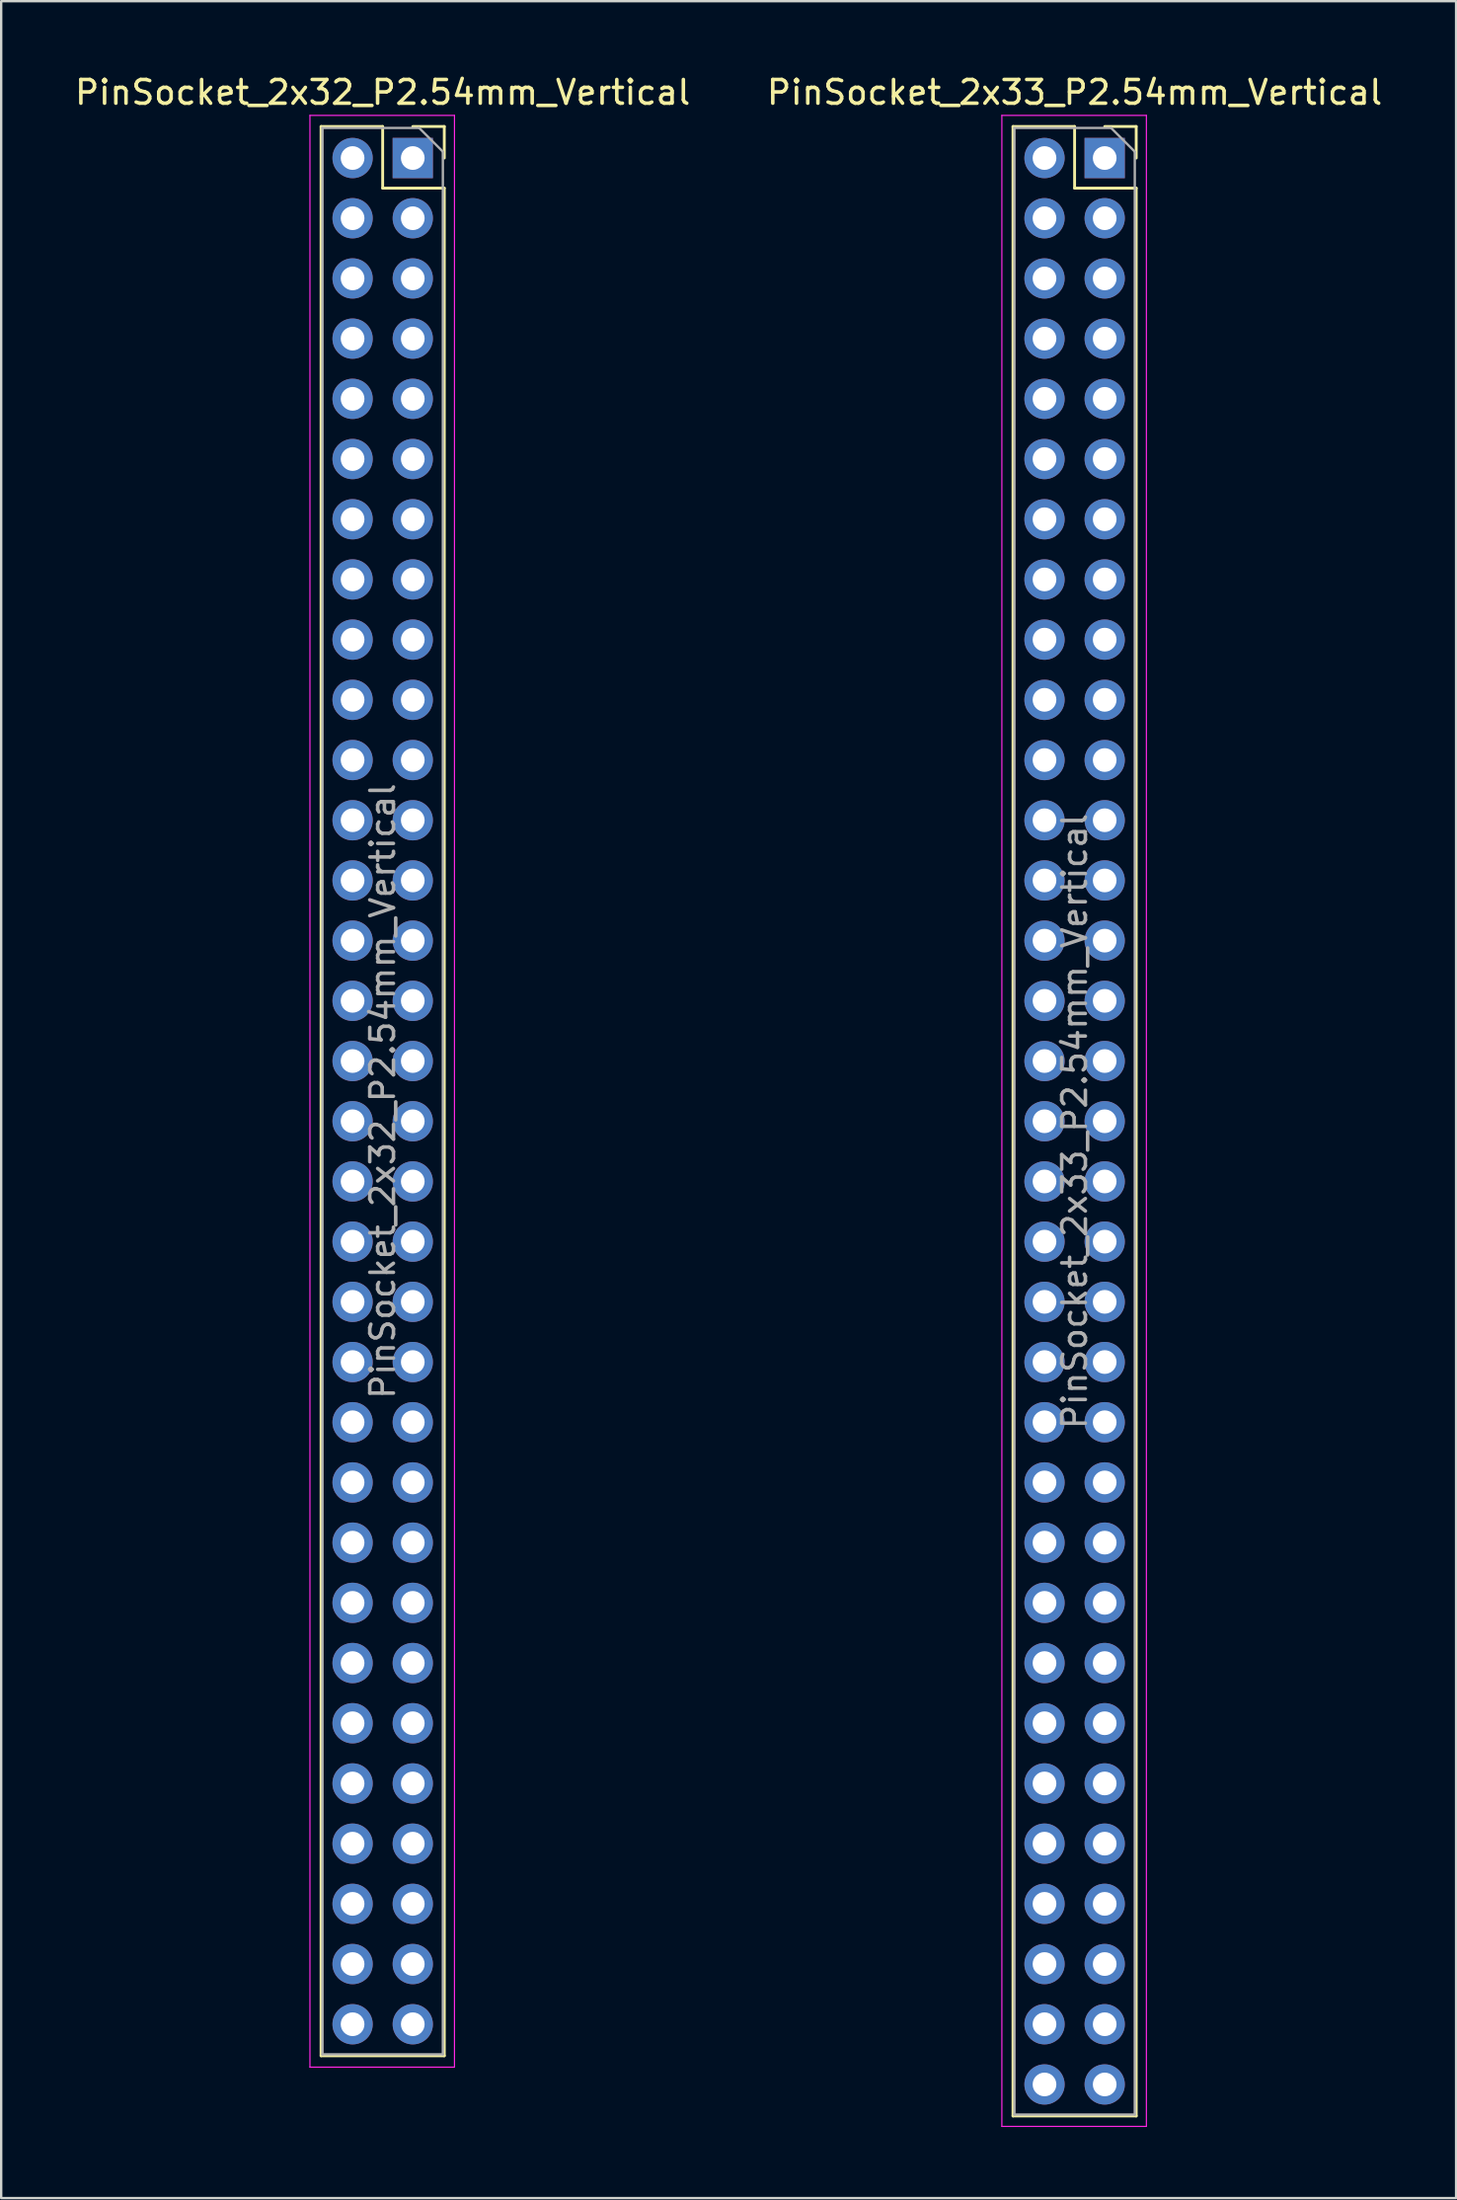
<source format=kicad_pcb>
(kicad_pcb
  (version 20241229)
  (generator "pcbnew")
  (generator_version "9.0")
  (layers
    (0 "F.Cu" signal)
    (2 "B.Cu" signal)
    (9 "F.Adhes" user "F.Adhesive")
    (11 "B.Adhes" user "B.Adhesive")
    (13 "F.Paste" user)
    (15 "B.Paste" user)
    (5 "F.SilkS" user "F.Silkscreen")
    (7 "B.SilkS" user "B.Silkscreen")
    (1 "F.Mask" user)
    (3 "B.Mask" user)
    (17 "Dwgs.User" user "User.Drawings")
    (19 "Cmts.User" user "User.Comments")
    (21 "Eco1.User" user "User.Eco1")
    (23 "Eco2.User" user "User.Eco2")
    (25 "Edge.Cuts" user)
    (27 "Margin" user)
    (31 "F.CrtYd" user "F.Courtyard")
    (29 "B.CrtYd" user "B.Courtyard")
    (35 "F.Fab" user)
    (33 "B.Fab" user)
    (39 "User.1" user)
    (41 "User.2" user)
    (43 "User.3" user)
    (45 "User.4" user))
  (footprint "PinSocket_2x32_P2.54mm_Vertical"
    (layer "F.Cu")
    (at 14.371 3.618)
    (property "Reference" "PinSocket_2x32_P2.54mm_Vertical" (at -1.27 -2.77 0) (layer "F.SilkS") (effects (font (size 1 1) (thickness 0.15))))
    (attr through_hole)
    (fp_line (start -3.87 -1.33) (end -3.87 80.07) (stroke (width 0.12) (type solid)) (layer "F.SilkS"))
    (fp_line (start -3.87 -1.33) (end -1.27 -1.33) (stroke (width 0.12) (type solid)) (layer "F.SilkS"))
    (fp_line (start -3.87 80.07) (end 1.33 80.07) (stroke (width 0.12) (type solid)) (layer "F.SilkS"))
    (fp_line (start -1.27 -1.33) (end -1.27 1.27) (stroke (width 0.12) (type solid)) (layer "F.SilkS"))
    (fp_line (start -1.27 1.27) (end 1.33 1.27) (stroke (width 0.12) (type solid)) (layer "F.SilkS"))
    (fp_line (start 0 -1.33) (end 1.33 -1.33) (stroke (width 0.12) (type solid)) (layer "F.SilkS"))
    (fp_line (start 1.33 -1.33) (end 1.33 0) (stroke (width 0.12) (type solid)) (layer "F.SilkS"))
    (fp_line (start 1.33 1.27) (end 1.33 80.07) (stroke (width 0.12) (type solid)) (layer "F.SilkS"))
    (fp_line (start -4.34 -1.8) (end 1.76 -1.8) (stroke (width 0.05) (type solid)) (layer "F.CrtYd"))
    (fp_line (start -4.34 80.55) (end -4.34 -1.8) (stroke (width 0.05) (type solid)) (layer "F.CrtYd"))
    (fp_line (start 1.76 -1.8) (end 1.76 80.55) (stroke (width 0.05) (type solid)) (layer "F.CrtYd"))
    (fp_line (start 1.76 80.55) (end -4.34 80.55) (stroke (width 0.05) (type solid)) (layer "F.CrtYd"))
    (fp_line (start -3.81 -1.27) (end 0.27 -1.27) (stroke (width 0.1) (type solid)) (layer "F.Fab"))
    (fp_line (start -3.81 80.01) (end -3.81 -1.27) (stroke (width 0.1) (type solid)) (layer "F.Fab"))
    (fp_line (start 0.27 -1.27) (end 1.27 -0.27) (stroke (width 0.1) (type solid)) (layer "F.Fab"))
    (fp_line (start 1.27 -0.27) (end 1.27 80.01) (stroke (width 0.1) (type solid)) (layer "F.Fab"))
    (fp_line (start 1.27 80.01) (end -3.81 80.01) (stroke (width 0.1) (type solid)) (layer "F.Fab"))
    (fp_text user "${REFERENCE}" (at -1.27 39.37 90) (layer "F.Fab") (effects (font (size 1 1) (thickness 0.15))))
    (pad "1" thru_hole rect (at 0 0) (size 1.7 1.7) (drill 1) (layers "*.Cu" "*.Mask"))
    (pad "2" thru_hole oval (at -2.54 0) (size 1.7 1.7) (drill 1) (layers "*.Cu" "*.Mask"))
    (pad "3" thru_hole oval (at 0 2.54) (size 1.7 1.7) (drill 1) (layers "*.Cu" "*.Mask"))
    (pad "4" thru_hole oval (at -2.54 2.54) (size 1.7 1.7) (drill 1) (layers "*.Cu" "*.Mask"))
    (pad "5" thru_hole oval (at 0 5.08) (size 1.7 1.7) (drill 1) (layers "*.Cu" "*.Mask"))
    (pad "6" thru_hole oval (at -2.54 5.08) (size 1.7 1.7) (drill 1) (layers "*.Cu" "*.Mask"))
    (pad "7" thru_hole oval (at 0 7.62) (size 1.7 1.7) (drill 1) (layers "*.Cu" "*.Mask"))
    (pad "8" thru_hole oval (at -2.54 7.62) (size 1.7 1.7) (drill 1) (layers "*.Cu" "*.Mask"))
    (pad "9" thru_hole oval (at 0 10.16) (size 1.7 1.7) (drill 1) (layers "*.Cu" "*.Mask"))
    (pad "10" thru_hole oval (at -2.54 10.16) (size 1.7 1.7) (drill 1) (layers "*.Cu" "*.Mask"))
    (pad "11" thru_hole oval (at 0 12.7) (size 1.7 1.7) (drill 1) (layers "*.Cu" "*.Mask"))
    (pad "12" thru_hole oval (at -2.54 12.7) (size 1.7 1.7) (drill 1) (layers "*.Cu" "*.Mask"))
    (pad "13" thru_hole oval (at 0 15.24) (size 1.7 1.7) (drill 1) (layers "*.Cu" "*.Mask"))
    (pad "14" thru_hole oval (at -2.54 15.24) (size 1.7 1.7) (drill 1) (layers "*.Cu" "*.Mask"))
    (pad "15" thru_hole oval (at 0 17.78) (size 1.7 1.7) (drill 1) (layers "*.Cu" "*.Mask"))
    (pad "16" thru_hole oval (at -2.54 17.78) (size 1.7 1.7) (drill 1) (layers "*.Cu" "*.Mask"))
    (pad "17" thru_hole oval (at 0 20.32) (size 1.7 1.7) (drill 1) (layers "*.Cu" "*.Mask"))
    (pad "18" thru_hole oval (at -2.54 20.32) (size 1.7 1.7) (drill 1) (layers "*.Cu" "*.Mask"))
    (pad "19" thru_hole oval (at 0 22.86) (size 1.7 1.7) (drill 1) (layers "*.Cu" "*.Mask"))
    (pad "20" thru_hole oval (at -2.54 22.86) (size 1.7 1.7) (drill 1) (layers "*.Cu" "*.Mask"))
    (pad "21" thru_hole oval (at 0 25.4) (size 1.7 1.7) (drill 1) (layers "*.Cu" "*.Mask"))
    (pad "22" thru_hole oval (at -2.54 25.4) (size 1.7 1.7) (drill 1) (layers "*.Cu" "*.Mask"))
    (pad "23" thru_hole oval (at 0 27.94) (size 1.7 1.7) (drill 1) (layers "*.Cu" "*.Mask"))
    (pad "24" thru_hole oval (at -2.54 27.94) (size 1.7 1.7) (drill 1) (layers "*.Cu" "*.Mask"))
    (pad "25" thru_hole oval (at 0 30.48) (size 1.7 1.7) (drill 1) (layers "*.Cu" "*.Mask"))
    (pad "26" thru_hole oval (at -2.54 30.48) (size 1.7 1.7) (drill 1) (layers "*.Cu" "*.Mask"))
    (pad "27" thru_hole oval (at 0 33.02) (size 1.7 1.7) (drill 1) (layers "*.Cu" "*.Mask"))
    (pad "28" thru_hole oval (at -2.54 33.02) (size 1.7 1.7) (drill 1) (layers "*.Cu" "*.Mask"))
    (pad "29" thru_hole oval (at 0 35.56) (size 1.7 1.7) (drill 1) (layers "*.Cu" "*.Mask"))
    (pad "30" thru_hole oval (at -2.54 35.56) (size 1.7 1.7) (drill 1) (layers "*.Cu" "*.Mask"))
    (pad "31" thru_hole oval (at 0 38.1) (size 1.7 1.7) (drill 1) (layers "*.Cu" "*.Mask"))
    (pad "32" thru_hole oval (at -2.54 38.1) (size 1.7 1.7) (drill 1) (layers "*.Cu" "*.Mask"))
    (pad "33" thru_hole oval (at 0 40.64) (size 1.7 1.7) (drill 1) (layers "*.Cu" "*.Mask"))
    (pad "34" thru_hole oval (at -2.54 40.64) (size 1.7 1.7) (drill 1) (layers "*.Cu" "*.Mask"))
    (pad "35" thru_hole oval (at 0 43.18) (size 1.7 1.7) (drill 1) (layers "*.Cu" "*.Mask"))
    (pad "36" thru_hole oval (at -2.54 43.18) (size 1.7 1.7) (drill 1) (layers "*.Cu" "*.Mask"))
    (pad "37" thru_hole oval (at 0 45.72) (size 1.7 1.7) (drill 1) (layers "*.Cu" "*.Mask"))
    (pad "38" thru_hole oval (at -2.54 45.72) (size 1.7 1.7) (drill 1) (layers "*.Cu" "*.Mask"))
    (pad "39" thru_hole oval (at 0 48.26) (size 1.7 1.7) (drill 1) (layers "*.Cu" "*.Mask"))
    (pad "40" thru_hole oval (at -2.54 48.26) (size 1.7 1.7) (drill 1) (layers "*.Cu" "*.Mask"))
    (pad "41" thru_hole oval (at 0 50.8) (size 1.7 1.7) (drill 1) (layers "*.Cu" "*.Mask"))
    (pad "42" thru_hole oval (at -2.54 50.8) (size 1.7 1.7) (drill 1) (layers "*.Cu" "*.Mask"))
    (pad "43" thru_hole oval (at 0 53.34) (size 1.7 1.7) (drill 1) (layers "*.Cu" "*.Mask"))
    (pad "44" thru_hole oval (at -2.54 53.34) (size 1.7 1.7) (drill 1) (layers "*.Cu" "*.Mask"))
    (pad "45" thru_hole oval (at 0 55.88) (size 1.7 1.7) (drill 1) (layers "*.Cu" "*.Mask"))
    (pad "46" thru_hole oval (at -2.54 55.88) (size 1.7 1.7) (drill 1) (layers "*.Cu" "*.Mask"))
    (pad "47" thru_hole oval (at 0 58.42) (size 1.7 1.7) (drill 1) (layers "*.Cu" "*.Mask"))
    (pad "48" thru_hole oval (at -2.54 58.42) (size 1.7 1.7) (drill 1) (layers "*.Cu" "*.Mask"))
    (pad "49" thru_hole oval (at 0 60.96) (size 1.7 1.7) (drill 1) (layers "*.Cu" "*.Mask"))
    (pad "50" thru_hole oval (at -2.54 60.96) (size 1.7 1.7) (drill 1) (layers "*.Cu" "*.Mask"))
    (pad "51" thru_hole oval (at 0 63.5) (size 1.7 1.7) (drill 1) (layers "*.Cu" "*.Mask"))
    (pad "52" thru_hole oval (at -2.54 63.5) (size 1.7 1.7) (drill 1) (layers "*.Cu" "*.Mask"))
    (pad "53" thru_hole oval (at 0 66.04) (size 1.7 1.7) (drill 1) (layers "*.Cu" "*.Mask"))
    (pad "54" thru_hole oval (at -2.54 66.04) (size 1.7 1.7) (drill 1) (layers "*.Cu" "*.Mask"))
    (pad "55" thru_hole oval (at 0 68.58) (size 1.7 1.7) (drill 1) (layers "*.Cu" "*.Mask"))
    (pad "56" thru_hole oval (at -2.54 68.58) (size 1.7 1.7) (drill 1) (layers "*.Cu" "*.Mask"))
    (pad "57" thru_hole oval (at 0 71.12) (size 1.7 1.7) (drill 1) (layers "*.Cu" "*.Mask"))
    (pad "58" thru_hole oval (at -2.54 71.12) (size 1.7 1.7) (drill 1) (layers "*.Cu" "*.Mask"))
    (pad "59" thru_hole oval (at 0 73.66) (size 1.7 1.7) (drill 1) (layers "*.Cu" "*.Mask"))
    (pad "60" thru_hole oval (at -2.54 73.66) (size 1.7 1.7) (drill 1) (layers "*.Cu" "*.Mask"))
    (pad "61" thru_hole oval (at 0 76.2) (size 1.7 1.7) (drill 1) (layers "*.Cu" "*.Mask"))
    (pad "62" thru_hole oval (at -2.54 76.2) (size 1.7 1.7) (drill 1) (layers "*.Cu" "*.Mask"))
    (pad "63" thru_hole oval (at 0 78.74) (size 1.7 1.7) (drill 1) (layers "*.Cu" "*.Mask"))
    (pad "64" thru_hole oval (at -2.54 78.74) (size 1.7 1.7) (drill 1) (layers "*.Cu" "*.Mask")))
  (footprint "PinSocket_2x33_P2.54mm_Vertical"
    (layer "F.Cu")
    (at 43.574 3.618)
    (property "Reference" "PinSocket_2x33_P2.54mm_Vertical" (at -1.27 -2.77 0) (layer "F.SilkS") (effects (font (size 1 1) (thickness 0.15))))
    (attr through_hole)
    (fp_line (start -3.87 -1.33) (end -3.87 82.61) (stroke (width 0.12) (type solid)) (layer "F.SilkS"))
    (fp_line (start -3.87 -1.33) (end -1.27 -1.33) (stroke (width 0.12) (type solid)) (layer "F.SilkS"))
    (fp_line (start -3.87 82.61) (end 1.33 82.61) (stroke (width 0.12) (type solid)) (layer "F.SilkS"))
    (fp_line (start -1.27 -1.33) (end -1.27 1.27) (stroke (width 0.12) (type solid)) (layer "F.SilkS"))
    (fp_line (start -1.27 1.27) (end 1.33 1.27) (stroke (width 0.12) (type solid)) (layer "F.SilkS"))
    (fp_line (start 0 -1.33) (end 1.33 -1.33) (stroke (width 0.12) (type solid)) (layer "F.SilkS"))
    (fp_line (start 1.33 -1.33) (end 1.33 0) (stroke (width 0.12) (type solid)) (layer "F.SilkS"))
    (fp_line (start 1.33 1.27) (end 1.33 82.61) (stroke (width 0.12) (type solid)) (layer "F.SilkS"))
    (fp_line (start -4.34 -1.8) (end 1.76 -1.8) (stroke (width 0.05) (type solid)) (layer "F.CrtYd"))
    (fp_line (start -4.34 83.05) (end -4.34 -1.8) (stroke (width 0.05) (type solid)) (layer "F.CrtYd"))
    (fp_line (start 1.76 -1.8) (end 1.76 83.05) (stroke (width 0.05) (type solid)) (layer "F.CrtYd"))
    (fp_line (start 1.76 83.05) (end -4.34 83.05) (stroke (width 0.05) (type solid)) (layer "F.CrtYd"))
    (fp_line (start -3.81 -1.27) (end 0.27 -1.27) (stroke (width 0.1) (type solid)) (layer "F.Fab"))
    (fp_line (start -3.81 82.55) (end -3.81 -1.27) (stroke (width 0.1) (type solid)) (layer "F.Fab"))
    (fp_line (start 0.27 -1.27) (end 1.27 -0.27) (stroke (width 0.1) (type solid)) (layer "F.Fab"))
    (fp_line (start 1.27 -0.27) (end 1.27 82.55) (stroke (width 0.1) (type solid)) (layer "F.Fab"))
    (fp_line (start 1.27 82.55) (end -3.81 82.55) (stroke (width 0.1) (type solid)) (layer "F.Fab"))
    (fp_text user "${REFERENCE}" (at -1.27 40.64 90) (layer "F.Fab") (effects (font (size 1 1) (thickness 0.15))))
    (pad "1" thru_hole rect (at 0 0) (size 1.7 1.7) (drill 1) (layers "*.Cu" "*.Mask"))
    (pad "2" thru_hole oval (at -2.54 0) (size 1.7 1.7) (drill 1) (layers "*.Cu" "*.Mask"))
    (pad "3" thru_hole oval (at 0 2.54) (size 1.7 1.7) (drill 1) (layers "*.Cu" "*.Mask"))
    (pad "4" thru_hole oval (at -2.54 2.54) (size 1.7 1.7) (drill 1) (layers "*.Cu" "*.Mask"))
    (pad "5" thru_hole oval (at 0 5.08) (size 1.7 1.7) (drill 1) (layers "*.Cu" "*.Mask"))
    (pad "6" thru_hole oval (at -2.54 5.08) (size 1.7 1.7) (drill 1) (layers "*.Cu" "*.Mask"))
    (pad "7" thru_hole oval (at 0 7.62) (size 1.7 1.7) (drill 1) (layers "*.Cu" "*.Mask"))
    (pad "8" thru_hole oval (at -2.54 7.62) (size 1.7 1.7) (drill 1) (layers "*.Cu" "*.Mask"))
    (pad "9" thru_hole oval (at 0 10.16) (size 1.7 1.7) (drill 1) (layers "*.Cu" "*.Mask"))
    (pad "10" thru_hole oval (at -2.54 10.16) (size 1.7 1.7) (drill 1) (layers "*.Cu" "*.Mask"))
    (pad "11" thru_hole oval (at 0 12.7) (size 1.7 1.7) (drill 1) (layers "*.Cu" "*.Mask"))
    (pad "12" thru_hole oval (at -2.54 12.7) (size 1.7 1.7) (drill 1) (layers "*.Cu" "*.Mask"))
    (pad "13" thru_hole oval (at 0 15.24) (size 1.7 1.7) (drill 1) (layers "*.Cu" "*.Mask"))
    (pad "14" thru_hole oval (at -2.54 15.24) (size 1.7 1.7) (drill 1) (layers "*.Cu" "*.Mask"))
    (pad "15" thru_hole oval (at 0 17.78) (size 1.7 1.7) (drill 1) (layers "*.Cu" "*.Mask"))
    (pad "16" thru_hole oval (at -2.54 17.78) (size 1.7 1.7) (drill 1) (layers "*.Cu" "*.Mask"))
    (pad "17" thru_hole oval (at 0 20.32) (size 1.7 1.7) (drill 1) (layers "*.Cu" "*.Mask"))
    (pad "18" thru_hole oval (at -2.54 20.32) (size 1.7 1.7) (drill 1) (layers "*.Cu" "*.Mask"))
    (pad "19" thru_hole oval (at 0 22.86) (size 1.7 1.7) (drill 1) (layers "*.Cu" "*.Mask"))
    (pad "20" thru_hole oval (at -2.54 22.86) (size 1.7 1.7) (drill 1) (layers "*.Cu" "*.Mask"))
    (pad "21" thru_hole oval (at 0 25.4) (size 1.7 1.7) (drill 1) (layers "*.Cu" "*.Mask"))
    (pad "22" thru_hole oval (at -2.54 25.4) (size 1.7 1.7) (drill 1) (layers "*.Cu" "*.Mask"))
    (pad "23" thru_hole oval (at 0 27.94) (size 1.7 1.7) (drill 1) (layers "*.Cu" "*.Mask"))
    (pad "24" thru_hole oval (at -2.54 27.94) (size 1.7 1.7) (drill 1) (layers "*.Cu" "*.Mask"))
    (pad "25" thru_hole oval (at 0 30.48) (size 1.7 1.7) (drill 1) (layers "*.Cu" "*.Mask"))
    (pad "26" thru_hole oval (at -2.54 30.48) (size 1.7 1.7) (drill 1) (layers "*.Cu" "*.Mask"))
    (pad "27" thru_hole oval (at 0 33.02) (size 1.7 1.7) (drill 1) (layers "*.Cu" "*.Mask"))
    (pad "28" thru_hole oval (at -2.54 33.02) (size 1.7 1.7) (drill 1) (layers "*.Cu" "*.Mask"))
    (pad "29" thru_hole oval (at 0 35.56) (size 1.7 1.7) (drill 1) (layers "*.Cu" "*.Mask"))
    (pad "30" thru_hole oval (at -2.54 35.56) (size 1.7 1.7) (drill 1) (layers "*.Cu" "*.Mask"))
    (pad "31" thru_hole oval (at 0 38.1) (size 1.7 1.7) (drill 1) (layers "*.Cu" "*.Mask"))
    (pad "32" thru_hole oval (at -2.54 38.1) (size 1.7 1.7) (drill 1) (layers "*.Cu" "*.Mask"))
    (pad "33" thru_hole oval (at 0 40.64) (size 1.7 1.7) (drill 1) (layers "*.Cu" "*.Mask"))
    (pad "34" thru_hole oval (at -2.54 40.64) (size 1.7 1.7) (drill 1) (layers "*.Cu" "*.Mask"))
    (pad "35" thru_hole oval (at 0 43.18) (size 1.7 1.7) (drill 1) (layers "*.Cu" "*.Mask"))
    (pad "36" thru_hole oval (at -2.54 43.18) (size 1.7 1.7) (drill 1) (layers "*.Cu" "*.Mask"))
    (pad "37" thru_hole oval (at 0 45.72) (size 1.7 1.7) (drill 1) (layers "*.Cu" "*.Mask"))
    (pad "38" thru_hole oval (at -2.54 45.72) (size 1.7 1.7) (drill 1) (layers "*.Cu" "*.Mask"))
    (pad "39" thru_hole oval (at 0 48.26) (size 1.7 1.7) (drill 1) (layers "*.Cu" "*.Mask"))
    (pad "40" thru_hole oval (at -2.54 48.26) (size 1.7 1.7) (drill 1) (layers "*.Cu" "*.Mask"))
    (pad "41" thru_hole oval (at 0 50.8) (size 1.7 1.7) (drill 1) (layers "*.Cu" "*.Mask"))
    (pad "42" thru_hole oval (at -2.54 50.8) (size 1.7 1.7) (drill 1) (layers "*.Cu" "*.Mask"))
    (pad "43" thru_hole oval (at 0 53.34) (size 1.7 1.7) (drill 1) (layers "*.Cu" "*.Mask"))
    (pad "44" thru_hole oval (at -2.54 53.34) (size 1.7 1.7) (drill 1) (layers "*.Cu" "*.Mask"))
    (pad "45" thru_hole oval (at 0 55.88) (size 1.7 1.7) (drill 1) (layers "*.Cu" "*.Mask"))
    (pad "46" thru_hole oval (at -2.54 55.88) (size 1.7 1.7) (drill 1) (layers "*.Cu" "*.Mask"))
    (pad "47" thru_hole oval (at 0 58.42) (size 1.7 1.7) (drill 1) (layers "*.Cu" "*.Mask"))
    (pad "48" thru_hole oval (at -2.54 58.42) (size 1.7 1.7) (drill 1) (layers "*.Cu" "*.Mask"))
    (pad "49" thru_hole oval (at 0 60.96) (size 1.7 1.7) (drill 1) (layers "*.Cu" "*.Mask"))
    (pad "50" thru_hole oval (at -2.54 60.96) (size 1.7 1.7) (drill 1) (layers "*.Cu" "*.Mask"))
    (pad "51" thru_hole oval (at 0 63.5) (size 1.7 1.7) (drill 1) (layers "*.Cu" "*.Mask"))
    (pad "52" thru_hole oval (at -2.54 63.5) (size 1.7 1.7) (drill 1) (layers "*.Cu" "*.Mask"))
    (pad "53" thru_hole oval (at 0 66.04) (size 1.7 1.7) (drill 1) (layers "*.Cu" "*.Mask"))
    (pad "54" thru_hole oval (at -2.54 66.04) (size 1.7 1.7) (drill 1) (layers "*.Cu" "*.Mask"))
    (pad "55" thru_hole oval (at 0 68.58) (size 1.7 1.7) (drill 1) (layers "*.Cu" "*.Mask"))
    (pad "56" thru_hole oval (at -2.54 68.58) (size 1.7 1.7) (drill 1) (layers "*.Cu" "*.Mask"))
    (pad "57" thru_hole oval (at 0 71.12) (size 1.7 1.7) (drill 1) (layers "*.Cu" "*.Mask"))
    (pad "58" thru_hole oval (at -2.54 71.12) (size 1.7 1.7) (drill 1) (layers "*.Cu" "*.Mask"))
    (pad "59" thru_hole oval (at 0 73.66) (size 1.7 1.7) (drill 1) (layers "*.Cu" "*.Mask"))
    (pad "60" thru_hole oval (at -2.54 73.66) (size 1.7 1.7) (drill 1) (layers "*.Cu" "*.Mask"))
    (pad "61" thru_hole oval (at 0 76.2) (size 1.7 1.7) (drill 1) (layers "*.Cu" "*.Mask"))
    (pad "62" thru_hole oval (at -2.54 76.2) (size 1.7 1.7) (drill 1) (layers "*.Cu" "*.Mask"))
    (pad "63" thru_hole oval (at 0 78.74) (size 1.7 1.7) (drill 1) (layers "*.Cu" "*.Mask"))
    (pad "64" thru_hole oval (at -2.54 78.74) (size 1.7 1.7) (drill 1) (layers "*.Cu" "*.Mask"))
    (pad "65" thru_hole oval (at 0 81.28) (size 1.7 1.7) (drill 1) (layers "*.Cu" "*.Mask"))
    (pad "66" thru_hole oval (at -2.54 81.28) (size 1.7 1.7) (drill 1) (layers "*.Cu" "*.Mask")))
  (gr_rect
    (start -3 -3)
    (end 58.405 89.693)
    (stroke (width 0.1) (type default))
    (fill no)
    (layer "Edge.Cuts")))
</source>
